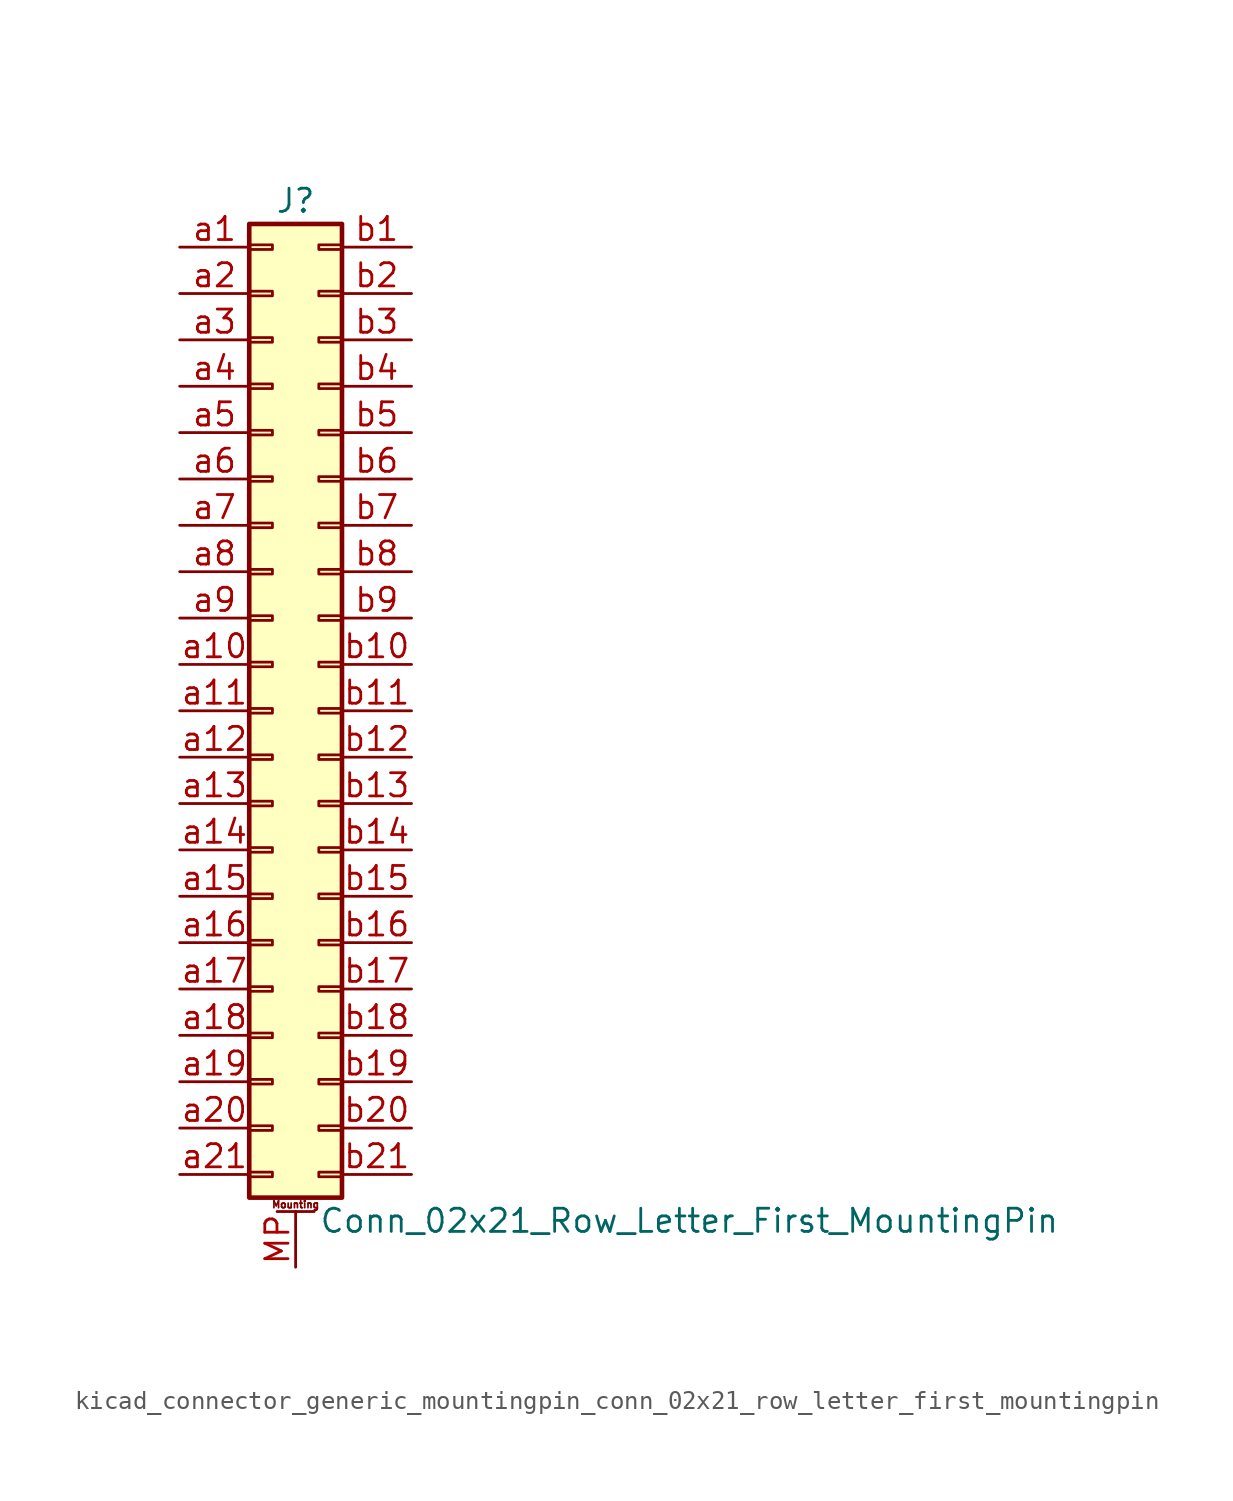
<source format=kicad_sym>
(kicad_symbol_lib
  (version 20220914)
  (generator kicad_symbol_editor)
  (symbol "kicad_connector_generic_mountingpin_conn_02x21_row_letter_first_mountingpin"
    (pin_names
      (offset 1.016) hide)
    (property "Reference" "J"
      (at 1.27 27.94 0)
      (effects (font (size 1.27 1.27))))
    (property "Value" "Conn_02x21_Row_Letter_First_MountingPin"
      (at 2.54 -27.94 0)
      (effects (font (size 1.27 1.27)) (justify left)))
    (symbol "kicad_connector_generic_mountingpin_conn_02x21_row_letter_first_mountingpin_1_1"
      (rectangle (start -1.27 -25.273) (end 0 -25.527) (stroke (width 0.152) (type default)) (fill (type none)))
      (rectangle (start -1.27 -22.733) (end 0 -22.987) (stroke (width 0.152) (type default)) (fill (type none)))
      (rectangle (start -1.27 -20.193) (end 0 -20.447) (stroke (width 0.152) (type default)) (fill (type none)))
      (rectangle (start -1.27 -17.653) (end 0 -17.907) (stroke (width 0.152) (type default)) (fill (type none)))
      (rectangle (start -1.27 -15.113) (end 0 -15.367) (stroke (width 0.152) (type default)) (fill (type none)))
      (rectangle (start -1.27 -12.573) (end 0 -12.827) (stroke (width 0.152) (type default)) (fill (type none)))
      (rectangle (start -1.27 -10.033) (end 0 -10.287) (stroke (width 0.152) (type default)) (fill (type none)))
      (rectangle (start -1.27 -7.493) (end 0 -7.747) (stroke (width 0.152) (type default)) (fill (type none)))
      (rectangle (start -1.27 -4.953) (end 0 -5.207) (stroke (width 0.152) (type default)) (fill (type none)))
      (rectangle (start -1.27 -2.413) (end 0 -2.667) (stroke (width 0.152) (type default)) (fill (type none)))
      (rectangle (start -1.27 0.127) (end 0 -0.127) (stroke (width 0.152) (type default)) (fill (type none)))
      (rectangle (start -1.27 2.667) (end 0 2.413) (stroke (width 0.152) (type default)) (fill (type none)))
      (rectangle (start -1.27 5.207) (end 0 4.953) (stroke (width 0.152) (type default)) (fill (type none)))
      (rectangle (start -1.27 7.747) (end 0 7.493) (stroke (width 0.152) (type default)) (fill (type none)))
      (rectangle (start -1.27 10.287) (end 0 10.033) (stroke (width 0.152) (type default)) (fill (type none)))
      (rectangle (start -1.27 12.827) (end 0 12.573) (stroke (width 0.152) (type default)) (fill (type none)))
      (rectangle (start -1.27 15.367) (end 0 15.113) (stroke (width 0.152) (type default)) (fill (type none)))
      (rectangle (start -1.27 17.907) (end 0 17.653) (stroke (width 0.152) (type default)) (fill (type none)))
      (rectangle (start -1.27 20.447) (end 0 20.193) (stroke (width 0.152) (type default)) (fill (type none)))
      (rectangle (start -1.27 22.987) (end 0 22.733) (stroke (width 0.152) (type default)) (fill (type none)))
      (rectangle (start -1.27 25.527) (end 0 25.273) (stroke (width 0.152) (type default)) (fill (type none)))
      (rectangle (start -1.27 26.67) (end 3.81 -26.67) (stroke (width 0.254) (type default)) (fill (type background)))
      (polyline (pts (xy 0.254 -27.432) (xy 2.286 -27.432)) (stroke (width 0.152) (type default)) (fill (type none)))
      (rectangle (start 3.81 -25.273) (end 2.54 -25.527) (stroke (width 0.152) (type default)) (fill (type none)))
      (rectangle (start 3.81 -22.733) (end 2.54 -22.987) (stroke (width 0.152) (type default)) (fill (type none)))
      (rectangle (start 3.81 -20.193) (end 2.54 -20.447) (stroke (width 0.152) (type default)) (fill (type none)))
      (rectangle (start 3.81 -17.653) (end 2.54 -17.907) (stroke (width 0.152) (type default)) (fill (type none)))
      (rectangle (start 3.81 -15.113) (end 2.54 -15.367) (stroke (width 0.152) (type default)) (fill (type none)))
      (rectangle (start 3.81 -12.573) (end 2.54 -12.827) (stroke (width 0.152) (type default)) (fill (type none)))
      (rectangle (start 3.81 -10.033) (end 2.54 -10.287) (stroke (width 0.152) (type default)) (fill (type none)))
      (rectangle (start 3.81 -7.493) (end 2.54 -7.747) (stroke (width 0.152) (type default)) (fill (type none)))
      (rectangle (start 3.81 -4.953) (end 2.54 -5.207) (stroke (width 0.152) (type default)) (fill (type none)))
      (rectangle (start 3.81 -2.413) (end 2.54 -2.667) (stroke (width 0.152) (type default)) (fill (type none)))
      (rectangle (start 3.81 0.127) (end 2.54 -0.127) (stroke (width 0.152) (type default)) (fill (type none)))
      (rectangle (start 3.81 2.667) (end 2.54 2.413) (stroke (width 0.152) (type default)) (fill (type none)))
      (rectangle (start 3.81 5.207) (end 2.54 4.953) (stroke (width 0.152) (type default)) (fill (type none)))
      (rectangle (start 3.81 7.747) (end 2.54 7.493) (stroke (width 0.152) (type default)) (fill (type none)))
      (rectangle (start 3.81 10.287) (end 2.54 10.033) (stroke (width 0.152) (type default)) (fill (type none)))
      (rectangle (start 3.81 12.827) (end 2.54 12.573) (stroke (width 0.152) (type default)) (fill (type none)))
      (rectangle (start 3.81 15.367) (end 2.54 15.113) (stroke (width 0.152) (type default)) (fill (type none)))
      (rectangle (start 3.81 17.907) (end 2.54 17.653) (stroke (width 0.152) (type default)) (fill (type none)))
      (rectangle (start 3.81 20.447) (end 2.54 20.193) (stroke (width 0.152) (type default)) (fill (type none)))
      (rectangle (start 3.81 22.987) (end 2.54 22.733) (stroke (width 0.152) (type default)) (fill (type none)))
      (rectangle (start 3.81 25.527) (end 2.54 25.273) (stroke (width 0.152) (type default)) (fill (type none)))
      (text "Mounting" (at 1.27 -27.051 0) (effects (font (size 0.381 0.381))))
      (pin passive line (at 1.27 -30.48 90) (length 3.048) (name "MountPin" (effects (font (size 1.27 1.27)))) (number "MP" (effects (font (size 1.27 1.27)))))
      (pin passive line (at -5.08 25.4 0) (length 3.81) (name "Pin_a1" (effects (font (size 1.27 1.27)))) (number "a1" (effects (font (size 1.27 1.27)))))
      (pin passive line (at -5.08 2.54 0) (length 3.81) (name "Pin_a10" (effects (font (size 1.27 1.27)))) (number "a10" (effects (font (size 1.27 1.27)))))
      (pin passive line (at -5.08 0 0) (length 3.81) (name "Pin_a11" (effects (font (size 1.27 1.27)))) (number "a11" (effects (font (size 1.27 1.27)))))
      (pin passive line (at -5.08 -2.54 0) (length 3.81) (name "Pin_a12" (effects (font (size 1.27 1.27)))) (number "a12" (effects (font (size 1.27 1.27)))))
      (pin passive line (at -5.08 -5.08 0) (length 3.81) (name "Pin_a13" (effects (font (size 1.27 1.27)))) (number "a13" (effects (font (size 1.27 1.27)))))
      (pin passive line (at -5.08 -7.62 0) (length 3.81) (name "Pin_a14" (effects (font (size 1.27 1.27)))) (number "a14" (effects (font (size 1.27 1.27)))))
      (pin passive line (at -5.08 -10.16 0) (length 3.81) (name "Pin_a15" (effects (font (size 1.27 1.27)))) (number "a15" (effects (font (size 1.27 1.27)))))
      (pin passive line (at -5.08 -12.7 0) (length 3.81) (name "Pin_a16" (effects (font (size 1.27 1.27)))) (number "a16" (effects (font (size 1.27 1.27)))))
      (pin passive line (at -5.08 -15.24 0) (length 3.81) (name "Pin_a17" (effects (font (size 1.27 1.27)))) (number "a17" (effects (font (size 1.27 1.27)))))
      (pin passive line (at -5.08 -17.78 0) (length 3.81) (name "Pin_a18" (effects (font (size 1.27 1.27)))) (number "a18" (effects (font (size 1.27 1.27)))))
      (pin passive line (at -5.08 -20.32 0) (length 3.81) (name "Pin_a19" (effects (font (size 1.27 1.27)))) (number "a19" (effects (font (size 1.27 1.27)))))
      (pin passive line (at -5.08 22.86 0) (length 3.81) (name "Pin_a2" (effects (font (size 1.27 1.27)))) (number "a2" (effects (font (size 1.27 1.27)))))
      (pin passive line (at -5.08 -22.86 0) (length 3.81) (name "Pin_a20" (effects (font (size 1.27 1.27)))) (number "a20" (effects (font (size 1.27 1.27)))))
      (pin passive line (at -5.08 -25.4 0) (length 3.81) (name "Pin_a21" (effects (font (size 1.27 1.27)))) (number "a21" (effects (font (size 1.27 1.27)))))
      (pin passive line (at -5.08 20.32 0) (length 3.81) (name "Pin_a3" (effects (font (size 1.27 1.27)))) (number "a3" (effects (font (size 1.27 1.27)))))
      (pin passive line (at -5.08 17.78 0) (length 3.81) (name "Pin_a4" (effects (font (size 1.27 1.27)))) (number "a4" (effects (font (size 1.27 1.27)))))
      (pin passive line (at -5.08 15.24 0) (length 3.81) (name "Pin_a5" (effects (font (size 1.27 1.27)))) (number "a5" (effects (font (size 1.27 1.27)))))
      (pin passive line (at -5.08 12.7 0) (length 3.81) (name "Pin_a6" (effects (font (size 1.27 1.27)))) (number "a6" (effects (font (size 1.27 1.27)))))
      (pin passive line (at -5.08 10.16 0) (length 3.81) (name "Pin_a7" (effects (font (size 1.27 1.27)))) (number "a7" (effects (font (size 1.27 1.27)))))
      (pin passive line (at -5.08 7.62 0) (length 3.81) (name "Pin_a8" (effects (font (size 1.27 1.27)))) (number "a8" (effects (font (size 1.27 1.27)))))
      (pin passive line (at -5.08 5.08 0) (length 3.81) (name "Pin_a9" (effects (font (size 1.27 1.27)))) (number "a9" (effects (font (size 1.27 1.27)))))
      (pin passive line (at 7.62 25.4 180) (length 3.81) (name "Pin_b1" (effects (font (size 1.27 1.27)))) (number "b1" (effects (font (size 1.27 1.27)))))
      (pin passive line (at 7.62 2.54 180) (length 3.81) (name "Pin_b10" (effects (font (size 1.27 1.27)))) (number "b10" (effects (font (size 1.27 1.27)))))
      (pin passive line (at 7.62 0 180) (length 3.81) (name "Pin_b11" (effects (font (size 1.27 1.27)))) (number "b11" (effects (font (size 1.27 1.27)))))
      (pin passive line (at 7.62 -2.54 180) (length 3.81) (name "Pin_b12" (effects (font (size 1.27 1.27)))) (number "b12" (effects (font (size 1.27 1.27)))))
      (pin passive line (at 7.62 -5.08 180) (length 3.81) (name "Pin_b13" (effects (font (size 1.27 1.27)))) (number "b13" (effects (font (size 1.27 1.27)))))
      (pin passive line (at 7.62 -7.62 180) (length 3.81) (name "Pin_b14" (effects (font (size 1.27 1.27)))) (number "b14" (effects (font (size 1.27 1.27)))))
      (pin passive line (at 7.62 -10.16 180) (length 3.81) (name "Pin_b15" (effects (font (size 1.27 1.27)))) (number "b15" (effects (font (size 1.27 1.27)))))
      (pin passive line (at 7.62 -12.7 180) (length 3.81) (name "Pin_b16" (effects (font (size 1.27 1.27)))) (number "b16" (effects (font (size 1.27 1.27)))))
      (pin passive line (at 7.62 -15.24 180) (length 3.81) (name "Pin_b17" (effects (font (size 1.27 1.27)))) (number "b17" (effects (font (size 1.27 1.27)))))
      (pin passive line (at 7.62 -17.78 180) (length 3.81) (name "Pin_b18" (effects (font (size 1.27 1.27)))) (number "b18" (effects (font (size 1.27 1.27)))))
      (pin passive line (at 7.62 -20.32 180) (length 3.81) (name "Pin_b19" (effects (font (size 1.27 1.27)))) (number "b19" (effects (font (size 1.27 1.27)))))
      (pin passive line (at 7.62 22.86 180) (length 3.81) (name "Pin_b2" (effects (font (size 1.27 1.27)))) (number "b2" (effects (font (size 1.27 1.27)))))
      (pin passive line (at 7.62 -22.86 180) (length 3.81) (name "Pin_b20" (effects (font (size 1.27 1.27)))) (number "b20" (effects (font (size 1.27 1.27)))))
      (pin passive line (at 7.62 -25.4 180) (length 3.81) (name "Pin_b21" (effects (font (size 1.27 1.27)))) (number "b21" (effects (font (size 1.27 1.27)))))
      (pin passive line (at 7.62 20.32 180) (length 3.81) (name "Pin_b3" (effects (font (size 1.27 1.27)))) (number "b3" (effects (font (size 1.27 1.27)))))
      (pin passive line (at 7.62 17.78 180) (length 3.81) (name "Pin_b4" (effects (font (size 1.27 1.27)))) (number "b4" (effects (font (size 1.27 1.27)))))
      (pin passive line (at 7.62 15.24 180) (length 3.81) (name "Pin_b5" (effects (font (size 1.27 1.27)))) (number "b5" (effects (font (size 1.27 1.27)))))
      (pin passive line (at 7.62 12.7 180) (length 3.81) (name "Pin_b6" (effects (font (size 1.27 1.27)))) (number "b6" (effects (font (size 1.27 1.27)))))
      (pin passive line (at 7.62 10.16 180) (length 3.81) (name "Pin_b7" (effects (font (size 1.27 1.27)))) (number "b7" (effects (font (size 1.27 1.27)))))
      (pin passive line (at 7.62 7.62 180) (length 3.81) (name "Pin_b8" (effects (font (size 1.27 1.27)))) (number "b8" (effects (font (size 1.27 1.27)))))
      (pin passive line (at 7.62 5.08 180) (length 3.81) (name "Pin_b9" (effects (font (size 1.27 1.27)))) (number "b9" (effects (font (size 1.27 1.27))))))))
</source>
